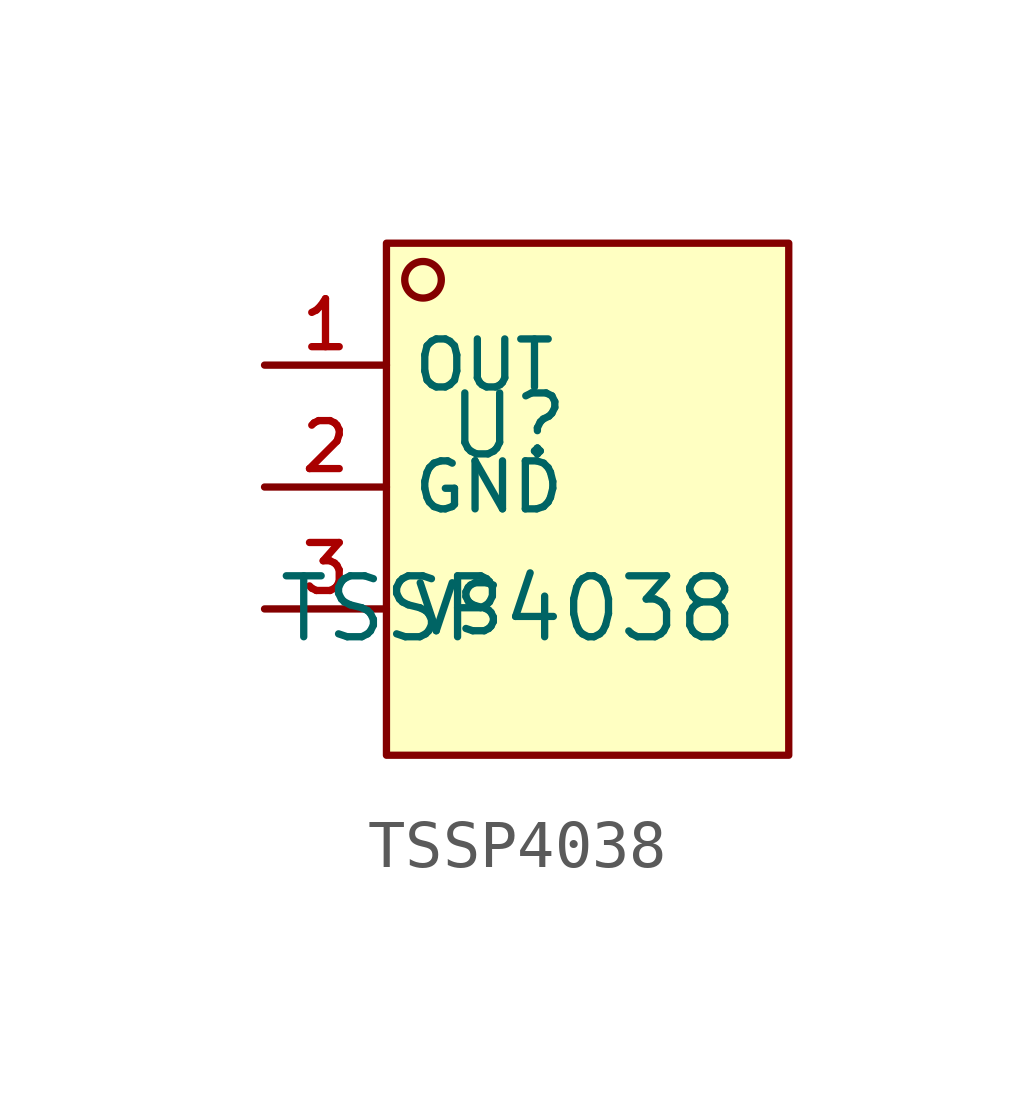
<source format=kicad_sym>
(kicad_symbol_lib
  (version 20220914)
  (generator kicad_symbol_editor)
  (symbol "TSSP4038"
    (property "Reference" "U"
      (at 0 1.27 0)
      (effects (font (size 1.27 1.27))))
    (property "Value" "TSSP4038"
      (at 0 -2.54 0)
      (effects (font (size 1.27 1.27))))
    (symbol "TSSP4038_0_1"
      (rectangle (start -2.54 5.08) (end 5.842 -5.588) (stroke (width 0) (type default)) (fill (type background)))
      (circle (center -1.778 4.318) (radius 0.381) (stroke (width 0) (type default)) (fill (type background)))
      (pin unspecified line (at -5.08 2.54 0) (length 2.54) (name "OUT" (effects (font (size 1 1)))) (number "1" (effects (font (size 1 1)))))
      (pin unspecified line (at -5.08 0 0) (length 2.54) (name "GND" (effects (font (size 1 1)))) (number "2" (effects (font (size 1 1)))))
      (pin unspecified line (at -5.08 -2.54 0) (length 2.54) (name "VS" (effects (font (size 1 1)))) (number "3" (effects (font (size 1 1))))))))
</source>
